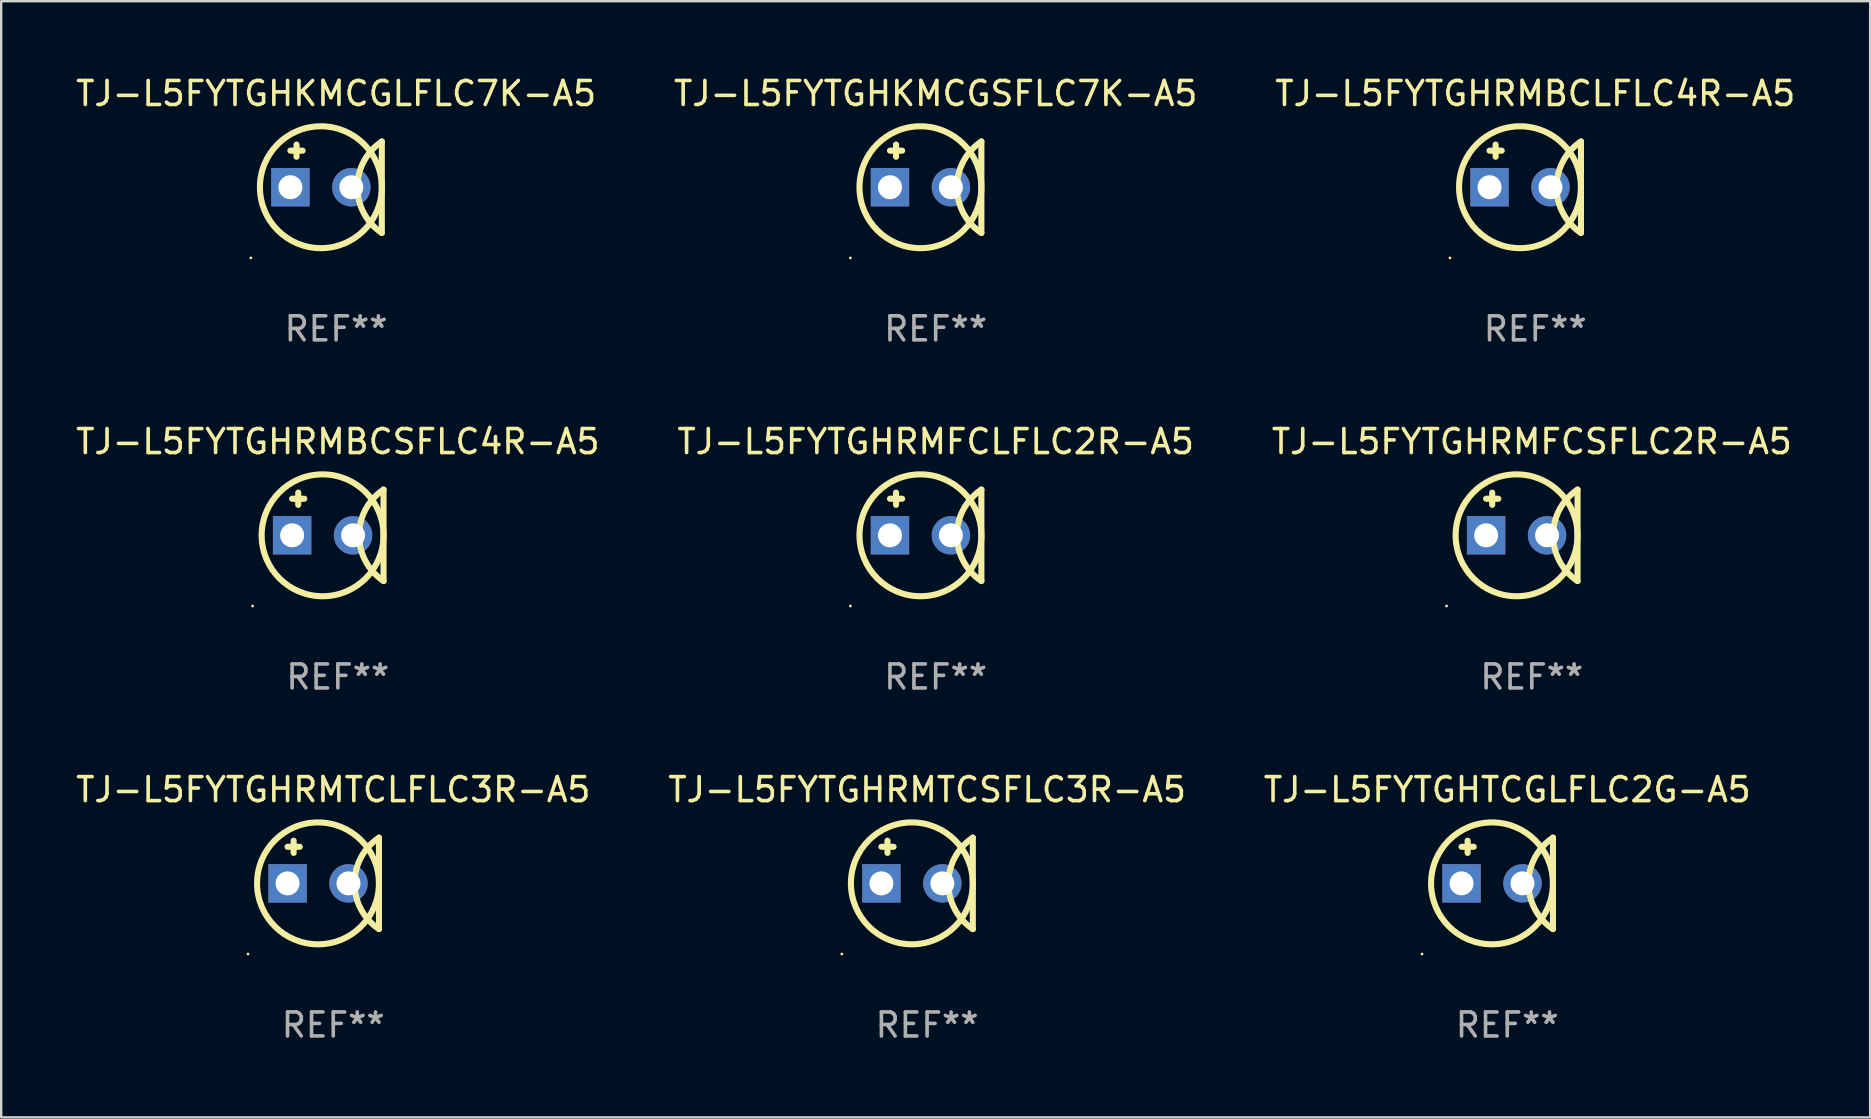
<source format=kicad_pcb>
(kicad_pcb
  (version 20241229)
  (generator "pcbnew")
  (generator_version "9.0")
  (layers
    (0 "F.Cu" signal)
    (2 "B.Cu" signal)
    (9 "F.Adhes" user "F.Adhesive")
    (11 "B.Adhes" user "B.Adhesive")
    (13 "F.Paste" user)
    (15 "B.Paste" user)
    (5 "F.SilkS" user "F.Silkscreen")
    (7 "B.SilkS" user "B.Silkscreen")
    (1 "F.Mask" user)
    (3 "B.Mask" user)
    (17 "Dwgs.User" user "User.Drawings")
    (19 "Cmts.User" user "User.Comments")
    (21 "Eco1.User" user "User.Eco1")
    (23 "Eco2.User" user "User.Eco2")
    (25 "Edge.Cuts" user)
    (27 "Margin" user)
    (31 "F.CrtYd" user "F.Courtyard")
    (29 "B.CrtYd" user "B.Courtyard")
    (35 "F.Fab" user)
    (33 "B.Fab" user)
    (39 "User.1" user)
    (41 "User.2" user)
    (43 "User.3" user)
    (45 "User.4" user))
  (footprint "TJ-L5FYTGHTCGLFLC2G-A5"
    (layer "F.Cu")
    (at 59.768 33.766)
    (property "Reference" "TJ-L5FYTGHTCGLFLC2G-A5" (at 0 -3.905 0) (layer "F.SilkS") (effects (font (size 1 1) (thickness 0.15))))
    (attr through_hole)
    (fp_line (start -1.905 -1.524) (end -1.397 -1.524) (stroke (width 0.254) (type solid)) (layer "F.SilkS"))
    (fp_line (start -1.651 -1.778) (end -1.651 -1.27) (stroke (width 0.254) (type solid)) (layer "F.SilkS"))
    (fp_line (start 1.905 1.905) (end 1.905 -1.905) (stroke (width 0.254) (type solid)) (layer "F.SilkS"))
    (fp_arc (start 1.904999 1.905) (mid 0.885477 0) (end 1.904999 -1.905) (stroke (width 0.254001) (type solid)) (layer "F.SilkS"))
    (fp_circle (center -3.554 2.946) (end -3.524 2.946) (stroke (width 0.06) (type solid)) (fill no) (layer "F.SilkS"))
    (fp_circle (center -0.635 0) (end 1.905 0) (stroke (width 0.254) (type solid)) (fill no) (layer "F.SilkS"))
    (fp_text user "REF**" (at 0 5.905 0) (layer "F.Fab") (effects (font (size 1 1) (thickness 0.15))))
    (pad "1" thru_hole rect (at -1.905 0) (size 1.6 1.6) (drill 1) (layers "*.Cu" "*.Mask"))
    (pad "2" thru_hole circle (at 0.635 0) (size 1.6 1.6) (drill 1) (layers "*.Cu" "*.Mask")))
  (footprint "TJ-L5FYTGHRMBCSFLC4R-A5"
    (layer "F.Cu")
    (at 11.03 19.26)
    (property "Reference" "TJ-L5FYTGHRMBCSFLC4R-A5" (at 0 -3.905 0) (layer "F.SilkS") (effects (font (size 1 1) (thickness 0.15))))
    (attr through_hole)
    (fp_line (start -1.905 -1.524) (end -1.397 -1.524) (stroke (width 0.254) (type solid)) (layer "F.SilkS"))
    (fp_line (start -1.651 -1.778) (end -1.651 -1.27) (stroke (width 0.254) (type solid)) (layer "F.SilkS"))
    (fp_line (start 1.905 1.905) (end 1.905 -1.905) (stroke (width 0.254) (type solid)) (layer "F.SilkS"))
    (fp_arc (start 1.904999 1.905) (mid 0.885477 0) (end 1.904999 -1.905) (stroke (width 0.254001) (type solid)) (layer "F.SilkS"))
    (fp_circle (center -3.554 2.946) (end -3.524 2.946) (stroke (width 0.06) (type solid)) (fill no) (layer "F.SilkS"))
    (fp_circle (center -0.635 0) (end 1.905 0) (stroke (width 0.254) (type solid)) (fill no) (layer "F.SilkS"))
    (fp_text user "REF**" (at 0 5.905 0) (layer "F.Fab") (effects (font (size 1 1) (thickness 0.15))))
    (pad "1" thru_hole rect (at -1.905 0) (size 1.6 1.6) (drill 1) (layers "*.Cu" "*.Mask"))
    (pad "2" thru_hole circle (at 0.635 0) (size 1.6 1.6) (drill 1) (layers "*.Cu" "*.Mask")))
  (footprint "TJ-L5FYTGHRMTCLFLC3R-A5"
    (layer "F.Cu")
    (at 10.839 33.766)
    (property "Reference" "TJ-L5FYTGHRMTCLFLC3R-A5" (at 0 -3.905 0) (layer "F.SilkS") (effects (font (size 1 1) (thickness 0.15))))
    (attr through_hole)
    (fp_line (start -1.905 -1.524) (end -1.397 -1.524) (stroke (width 0.254) (type solid)) (layer "F.SilkS"))
    (fp_line (start -1.651 -1.778) (end -1.651 -1.27) (stroke (width 0.254) (type solid)) (layer "F.SilkS"))
    (fp_line (start 1.905 1.905) (end 1.905 -1.905) (stroke (width 0.254) (type solid)) (layer "F.SilkS"))
    (fp_arc (start 1.904999 1.905) (mid 0.885477 0) (end 1.904999 -1.905) (stroke (width 0.254001) (type solid)) (layer "F.SilkS"))
    (fp_circle (center -3.554 2.946) (end -3.524 2.946) (stroke (width 0.06) (type solid)) (fill no) (layer "F.SilkS"))
    (fp_circle (center -0.635 0) (end 1.905 0) (stroke (width 0.254) (type solid)) (fill no) (layer "F.SilkS"))
    (fp_text user "REF**" (at 0 5.905 0) (layer "F.Fab") (effects (font (size 1 1) (thickness 0.15))))
    (pad "1" thru_hole rect (at -1.905 0) (size 1.6 1.6) (drill 1) (layers "*.Cu" "*.Mask"))
    (pad "2" thru_hole circle (at 0.635 0) (size 1.6 1.6) (drill 1) (layers "*.Cu" "*.Mask")))
  (footprint "TJ-L5FYTGHRMFCSFLC2R-A5"
    (layer "F.Cu")
    (at 60.792 19.26)
    (property "Reference" "TJ-L5FYTGHRMFCSFLC2R-A5" (at 0 -3.905 0) (layer "F.SilkS") (effects (font (size 1 1) (thickness 0.15))))
    (attr through_hole)
    (fp_line (start -1.905 -1.524) (end -1.397 -1.524) (stroke (width 0.254) (type solid)) (layer "F.SilkS"))
    (fp_line (start -1.651 -1.778) (end -1.651 -1.27) (stroke (width 0.254) (type solid)) (layer "F.SilkS"))
    (fp_line (start 1.905 1.905) (end 1.905 -1.905) (stroke (width 0.254) (type solid)) (layer "F.SilkS"))
    (fp_arc (start 1.904999 1.905) (mid 0.885477 0) (end 1.904999 -1.905) (stroke (width 0.254001) (type solid)) (layer "F.SilkS"))
    (fp_circle (center -3.554 2.946) (end -3.524 2.946) (stroke (width 0.06) (type solid)) (fill no) (layer "F.SilkS"))
    (fp_circle (center -0.635 0) (end 1.905 0) (stroke (width 0.254) (type solid)) (fill no) (layer "F.SilkS"))
    (fp_text user "REF**" (at 0 5.905 0) (layer "F.Fab") (effects (font (size 1 1) (thickness 0.15))))
    (pad "1" thru_hole rect (at -1.905 0) (size 1.6 1.6) (drill 1) (layers "*.Cu" "*.Mask"))
    (pad "2" thru_hole circle (at 0.635 0) (size 1.6 1.6) (drill 1) (layers "*.Cu" "*.Mask")))
  (footprint "TJ-L5FYTGHRMFCLFLC2R-A5"
    (layer "F.Cu")
    (at 35.946 19.26)
    (property "Reference" "TJ-L5FYTGHRMFCLFLC2R-A5" (at 0 -3.905 0) (layer "F.SilkS") (effects (font (size 1 1) (thickness 0.15))))
    (attr through_hole)
    (fp_line (start -1.905 -1.524) (end -1.397 -1.524) (stroke (width 0.254) (type solid)) (layer "F.SilkS"))
    (fp_line (start -1.651 -1.778) (end -1.651 -1.27) (stroke (width 0.254) (type solid)) (layer "F.SilkS"))
    (fp_line (start 1.905 1.905) (end 1.905 -1.905) (stroke (width 0.254) (type solid)) (layer "F.SilkS"))
    (fp_arc (start 1.904999 1.905) (mid 0.885477 0) (end 1.904999 -1.905) (stroke (width 0.254001) (type solid)) (layer "F.SilkS"))
    (fp_circle (center -3.554 2.946) (end -3.524 2.946) (stroke (width 0.06) (type solid)) (fill no) (layer "F.SilkS"))
    (fp_circle (center -0.635 0) (end 1.905 0) (stroke (width 0.254) (type solid)) (fill no) (layer "F.SilkS"))
    (fp_text user "REF**" (at 0 5.905 0) (layer "F.Fab") (effects (font (size 1 1) (thickness 0.15))))
    (pad "1" thru_hole rect (at -1.905 0) (size 1.6 1.6) (drill 1) (layers "*.Cu" "*.Mask"))
    (pad "2" thru_hole circle (at 0.635 0) (size 1.6 1.6) (drill 1) (layers "*.Cu" "*.Mask")))
  (footprint "TJ-L5FYTGHRMTCSFLC3R-A5"
    (layer "F.Cu")
    (at 35.589 33.766)
    (property "Reference" "TJ-L5FYTGHRMTCSFLC3R-A5" (at 0 -3.905 0) (layer "F.SilkS") (effects (font (size 1 1) (thickness 0.15))))
    (attr through_hole)
    (fp_line (start -1.905 -1.524) (end -1.397 -1.524) (stroke (width 0.254) (type solid)) (layer "F.SilkS"))
    (fp_line (start -1.651 -1.778) (end -1.651 -1.27) (stroke (width 0.254) (type solid)) (layer "F.SilkS"))
    (fp_line (start 1.905 1.905) (end 1.905 -1.905) (stroke (width 0.254) (type solid)) (layer "F.SilkS"))
    (fp_arc (start 1.904999 1.905) (mid 0.885477 0) (end 1.904999 -1.905) (stroke (width 0.254001) (type solid)) (layer "F.SilkS"))
    (fp_circle (center -3.554 2.946) (end -3.524 2.946) (stroke (width 0.06) (type solid)) (fill no) (layer "F.SilkS"))
    (fp_circle (center -0.635 0) (end 1.905 0) (stroke (width 0.254) (type solid)) (fill no) (layer "F.SilkS"))
    (fp_text user "REF**" (at 0 5.905 0) (layer "F.Fab") (effects (font (size 1 1) (thickness 0.15))))
    (pad "1" thru_hole rect (at -1.905 0) (size 1.6 1.6) (drill 1) (layers "*.Cu" "*.Mask"))
    (pad "2" thru_hole circle (at 0.635 0) (size 1.6 1.6) (drill 1) (layers "*.Cu" "*.Mask")))
  (footprint "TJ-L5FYTGHKMCGSFLC7K-A5"
    (layer "F.Cu")
    (at 35.946 4.753)
    (property "Reference" "TJ-L5FYTGHKMCGSFLC7K-A5" (at 0 -3.905 0) (layer "F.SilkS") (effects (font (size 1 1) (thickness 0.15))))
    (attr through_hole)
    (fp_line (start -1.905 -1.524) (end -1.397 -1.524) (stroke (width 0.254) (type solid)) (layer "F.SilkS"))
    (fp_line (start -1.651 -1.778) (end -1.651 -1.27) (stroke (width 0.254) (type solid)) (layer "F.SilkS"))
    (fp_line (start 1.905 1.905) (end 1.905 -1.905) (stroke (width 0.254) (type solid)) (layer "F.SilkS"))
    (fp_arc (start 1.904999 1.905) (mid 0.885477 0) (end 1.904999 -1.905) (stroke (width 0.254001) (type solid)) (layer "F.SilkS"))
    (fp_circle (center -3.554 2.946) (end -3.524 2.946) (stroke (width 0.06) (type solid)) (fill no) (layer "F.SilkS"))
    (fp_circle (center -0.635 0) (end 1.905 0) (stroke (width 0.254) (type solid)) (fill no) (layer "F.SilkS"))
    (fp_text user "REF**" (at 0 5.905 0) (layer "F.Fab") (effects (font (size 1 1) (thickness 0.15))))
    (pad "1" thru_hole rect (at -1.905 0) (size 1.6 1.6) (drill 1) (layers "*.Cu" "*.Mask"))
    (pad "2" thru_hole circle (at 0.635 0) (size 1.6 1.6) (drill 1) (layers "*.Cu" "*.Mask")))
  (footprint "TJ-L5FYTGHKMCGLFLC7K-A5"
    (layer "F.Cu")
    (at 10.958 4.753)
    (property "Reference" "TJ-L5FYTGHKMCGLFLC7K-A5" (at 0 -3.905 0) (layer "F.SilkS") (effects (font (size 1 1) (thickness 0.15))))
    (attr through_hole)
    (fp_line (start -1.905 -1.524) (end -1.397 -1.524) (stroke (width 0.254) (type solid)) (layer "F.SilkS"))
    (fp_line (start -1.651 -1.778) (end -1.651 -1.27) (stroke (width 0.254) (type solid)) (layer "F.SilkS"))
    (fp_line (start 1.905 1.905) (end 1.905 -1.905) (stroke (width 0.254) (type solid)) (layer "F.SilkS"))
    (fp_arc (start 1.904999 1.905) (mid 0.885477 0) (end 1.904999 -1.905) (stroke (width 0.254001) (type solid)) (layer "F.SilkS"))
    (fp_circle (center -3.554 2.946) (end -3.524 2.946) (stroke (width 0.06) (type solid)) (fill no) (layer "F.SilkS"))
    (fp_circle (center -0.635 0) (end 1.905 0) (stroke (width 0.254) (type solid)) (fill no) (layer "F.SilkS"))
    (fp_text user "REF**" (at 0 5.905 0) (layer "F.Fab") (effects (font (size 1 1) (thickness 0.15))))
    (pad "1" thru_hole rect (at -1.905 0) (size 1.6 1.6) (drill 1) (layers "*.Cu" "*.Mask"))
    (pad "2" thru_hole circle (at 0.635 0) (size 1.6 1.6) (drill 1) (layers "*.Cu" "*.Mask")))
  (footprint "TJ-L5FYTGHRMBCLFLC4R-A5"
    (layer "F.Cu")
    (at 60.935 4.753)
    (property "Reference" "TJ-L5FYTGHRMBCLFLC4R-A5" (at 0 -3.905 0) (layer "F.SilkS") (effects (font (size 1 1) (thickness 0.15))))
    (attr through_hole)
    (fp_line (start -1.905 -1.524) (end -1.397 -1.524) (stroke (width 0.254) (type solid)) (layer "F.SilkS"))
    (fp_line (start -1.651 -1.778) (end -1.651 -1.27) (stroke (width 0.254) (type solid)) (layer "F.SilkS"))
    (fp_line (start 1.905 1.905) (end 1.905 -1.905) (stroke (width 0.254) (type solid)) (layer "F.SilkS"))
    (fp_arc (start 1.904999 1.905) (mid 0.885477 0) (end 1.904999 -1.905) (stroke (width 0.254001) (type solid)) (layer "F.SilkS"))
    (fp_circle (center -3.554 2.946) (end -3.524 2.946) (stroke (width 0.06) (type solid)) (fill no) (layer "F.SilkS"))
    (fp_circle (center -0.635 0) (end 1.905 0) (stroke (width 0.254) (type solid)) (fill no) (layer "F.SilkS"))
    (fp_text user "REF**" (at 0 5.905 0) (layer "F.Fab") (effects (font (size 1 1) (thickness 0.15))))
    (pad "1" thru_hole rect (at -1.905 0) (size 1.6 1.6) (drill 1) (layers "*.Cu" "*.Mask"))
    (pad "2" thru_hole circle (at 0.635 0) (size 1.6 1.6) (drill 1) (layers "*.Cu" "*.Mask")))
  (gr_rect
    (start -3 -3)
    (end 74.893 43.52)
    (stroke (width 0.1) (type default))
    (fill no)
    (layer "Edge.Cuts")))
</source>
